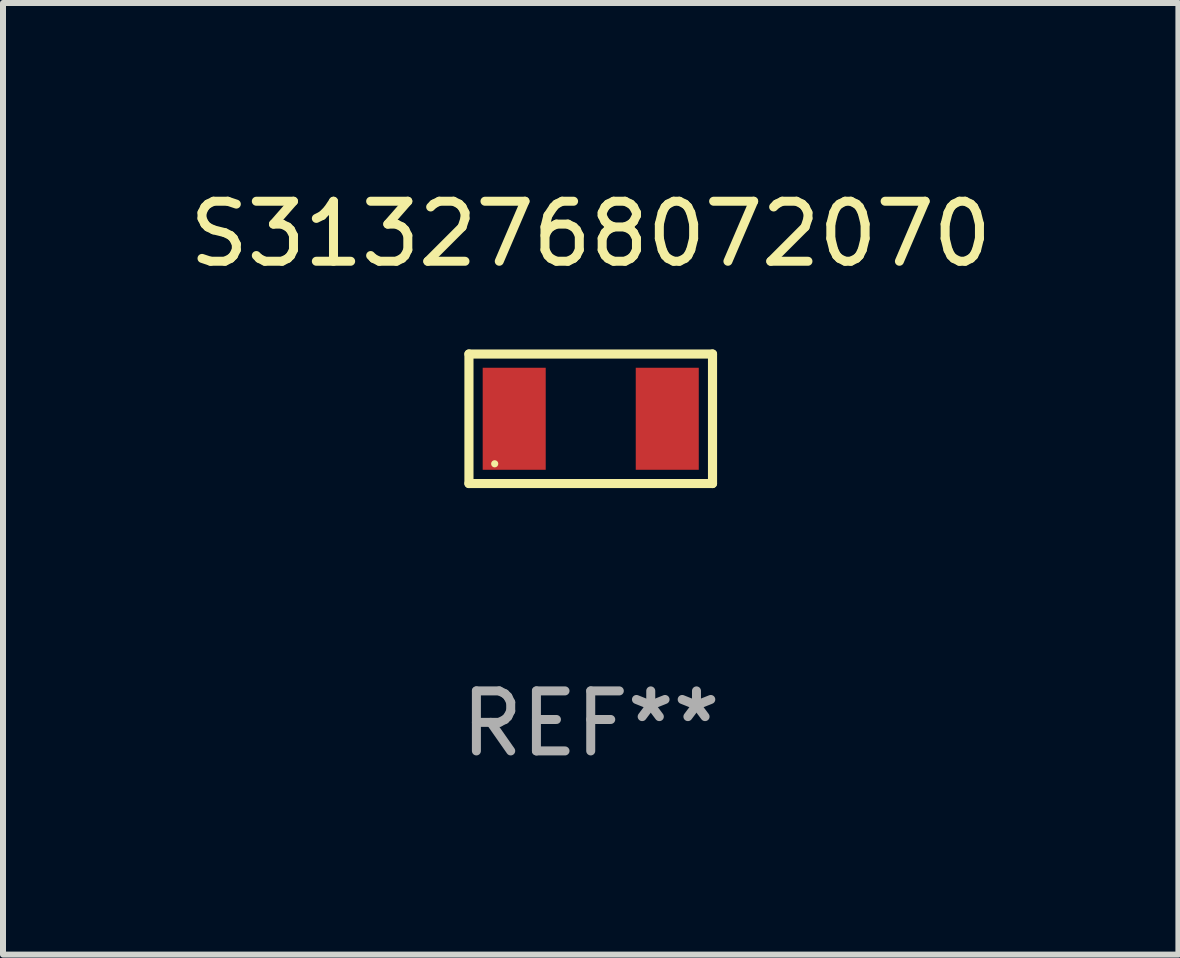
<source format=kicad_pcb>
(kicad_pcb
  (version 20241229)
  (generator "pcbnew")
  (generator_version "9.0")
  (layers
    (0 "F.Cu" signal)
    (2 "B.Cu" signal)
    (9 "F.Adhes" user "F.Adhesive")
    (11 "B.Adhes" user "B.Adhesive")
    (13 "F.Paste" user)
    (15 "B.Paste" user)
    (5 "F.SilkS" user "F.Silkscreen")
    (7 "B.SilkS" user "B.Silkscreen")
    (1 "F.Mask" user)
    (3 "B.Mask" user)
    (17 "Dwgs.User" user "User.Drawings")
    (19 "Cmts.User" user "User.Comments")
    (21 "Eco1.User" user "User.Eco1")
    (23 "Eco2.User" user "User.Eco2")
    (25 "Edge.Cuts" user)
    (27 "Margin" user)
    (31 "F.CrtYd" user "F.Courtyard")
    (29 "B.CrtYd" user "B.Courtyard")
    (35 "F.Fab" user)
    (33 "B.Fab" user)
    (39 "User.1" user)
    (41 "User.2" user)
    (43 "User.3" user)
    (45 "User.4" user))
  (footprint "S3132768072070"
    (layer "F.Cu")
    (at 6.792 3.927)
    (property "Reference" "S3132768072070" (at 0 -3.079 0) (layer "F.SilkS") (effects (font (size 1 1) (thickness 0.15))))
    (attr through_hole)
    (fp_line (start -2.029 -1.079) (end 2.029 -1.079) (stroke (width 0.152) (type solid)) (layer "F.SilkS"))
    (fp_line (start -2.029 1.079) (end -2.029 -1.079) (stroke (width 0.152) (type solid)) (layer "F.SilkS"))
    (fp_line (start 2.029 -1.079) (end 2.029 1.079) (stroke (width 0.152) (type solid)) (layer "F.SilkS"))
    (fp_line (start 2.029 1.079) (end -2.029 1.079) (stroke (width 0.152) (type solid)) (layer "F.SilkS"))
    (fp_circle (center -1.6 0.75) (end -1.57 0.75) (stroke (width 0.06) (type solid)) (fill no) (layer "F.SilkS"))
    (fp_text user "REF**" (at 0 5.079 0) (layer "F.Fab") (effects (font (size 1 1) (thickness 0.15))))
    (pad "1" smd rect (at -1.275 0) (size 1.05 1.7) (layers "F.Cu" "F.Mask" "F.Paste"))
    (pad "2" smd rect (at 1.275 0) (size 1.05 1.7) (layers "F.Cu" "F.Mask" "F.Paste")))
  (gr_rect
    (start -3 -3)
    (end 16.583 12.854)
    (stroke (width 0.1) (type default))
    (fill no)
    (layer "Edge.Cuts")))
</source>
